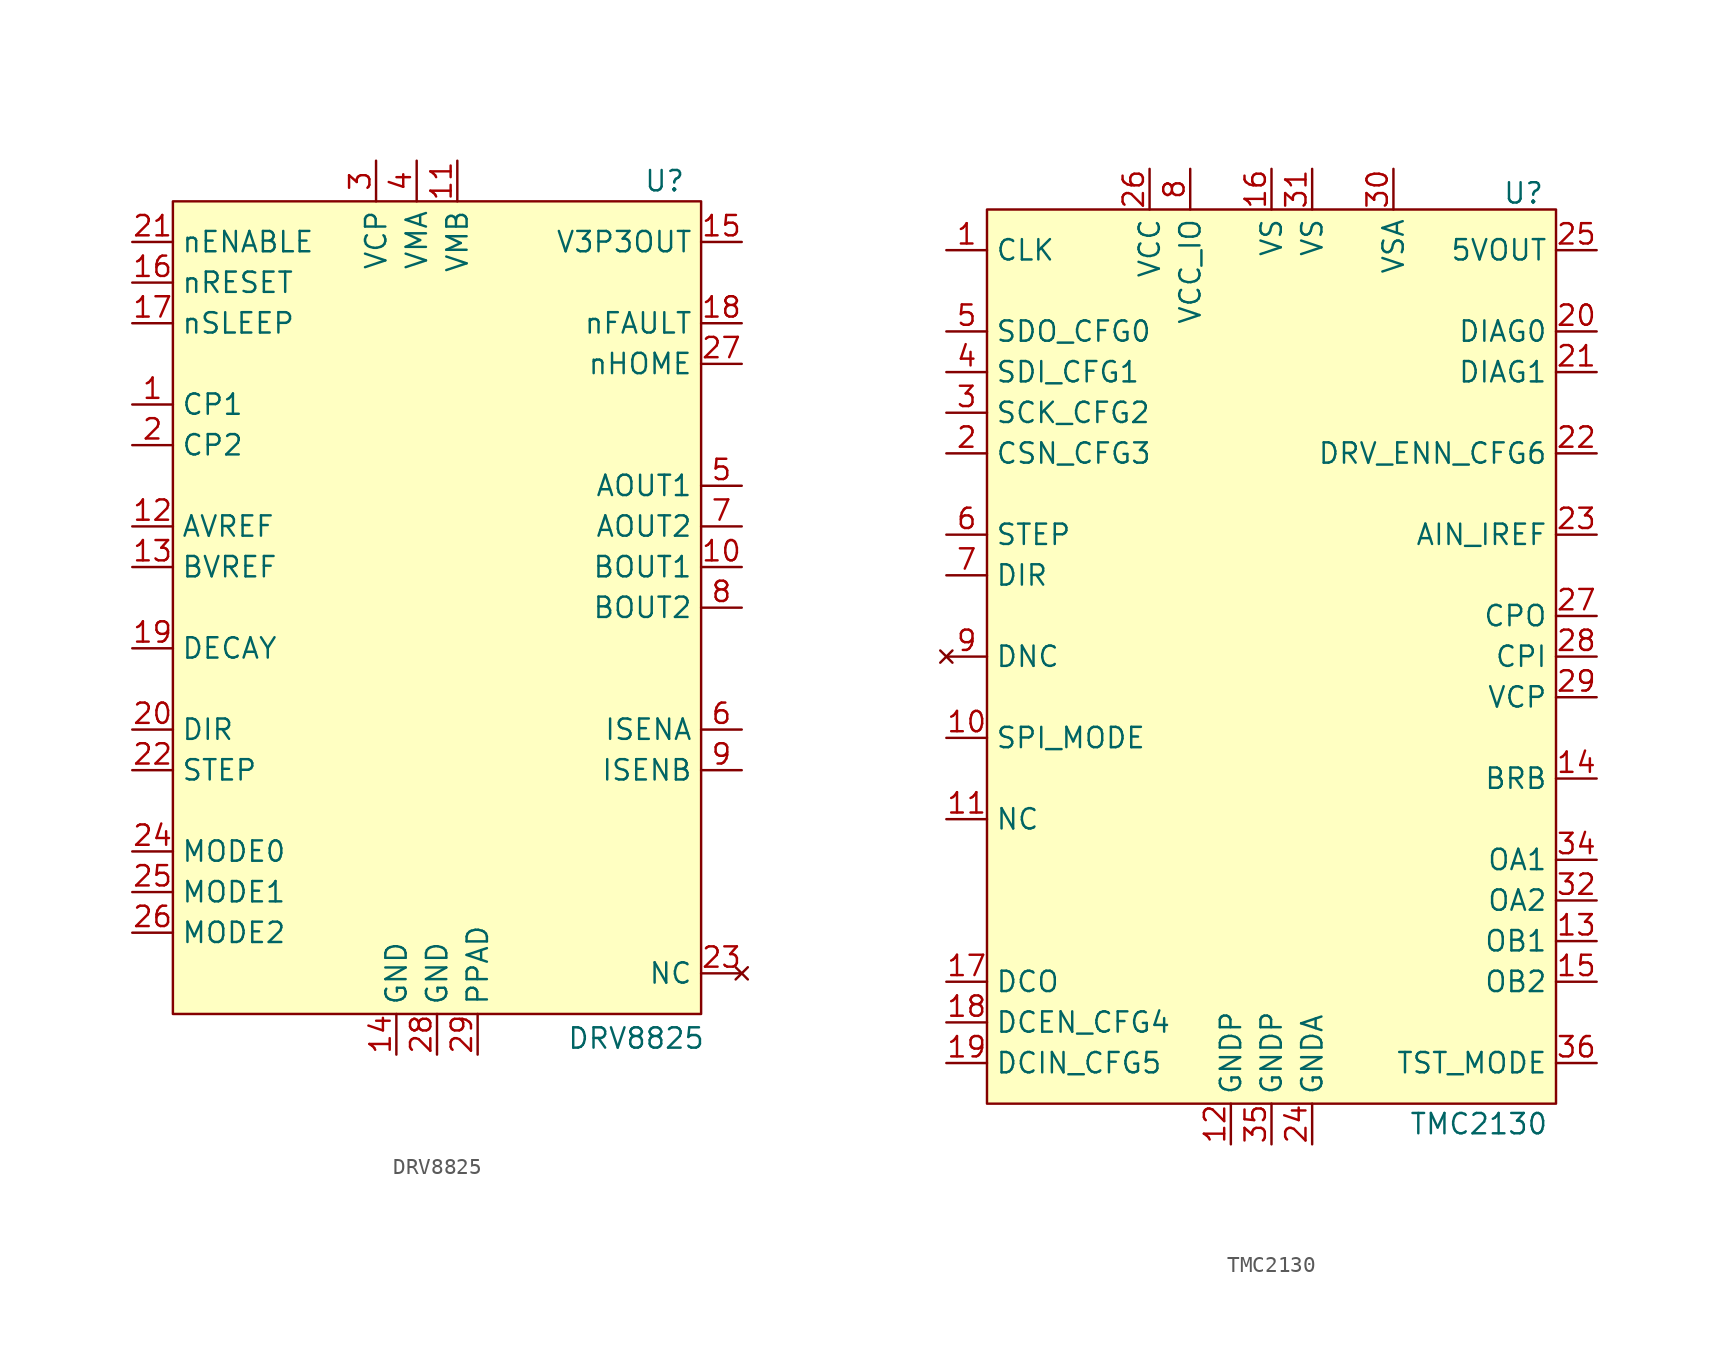
<source format=kicad_sym>
(kicad_symbol_lib
  (version 20231120)
  (generator "kicad_symbol_editor")
  (generator_version "8.0")
  (symbol "DRV8825"
    (property "Reference" "U"
      (at 14.224 26.67 0)
      (effects (font (size 1.27 1.27))))
    (property "Value" "DRV8825"
      (at 12.446 -26.924 0)
      (effects (font (size 1.27 1.27))))
    (symbol "DRV8825_1_1"
      (rectangle (start -16.51 25.4) (end 16.51 -25.4) (stroke (width 0) (type default)) (fill (type background)))
      (pin bidirectional line (at -19.05 12.7 0) (length 2.54) (name "CP1" (effects (font (size 1.27 1.27)))) (number "1" (effects (font (size 1.27 1.27)))))
      (pin output line (at 19.05 2.54 180) (length 2.54) (name "BOUT1" (effects (font (size 1.27 1.27)))) (number "10" (effects (font (size 1.27 1.27)))))
      (pin power_in line (at 1.27 27.94 270) (length 2.54) (name "VMB" (effects (font (size 1.27 1.27)))) (number "11" (effects (font (size 1.27 1.27)))))
      (pin input line (at -19.05 5.08 0) (length 2.54) (name "AVREF" (effects (font (size 1.27 1.27)))) (number "12" (effects (font (size 1.27 1.27)))))
      (pin input line (at -19.05 2.54 0) (length 2.54) (name "BVREF" (effects (font (size 1.27 1.27)))) (number "13" (effects (font (size 1.27 1.27)))))
      (pin power_in line (at -2.54 -27.94 90) (length 2.54) (name "GND" (effects (font (size 1.27 1.27)))) (number "14" (effects (font (size 1.27 1.27)))))
      (pin power_out line (at 19.05 22.86 180) (length 2.54) (name "V3P3OUT" (effects (font (size 1.27 1.27)))) (number "15" (effects (font (size 1.27 1.27)))))
      (pin input line (at -19.05 20.32 0) (length 2.54) (name "nRESET" (effects (font (size 1.27 1.27)))) (number "16" (effects (font (size 1.27 1.27)))))
      (pin input line (at -19.05 17.78 0) (length 2.54) (name "nSLEEP" (effects (font (size 1.27 1.27)))) (number "17" (effects (font (size 1.27 1.27)))))
      (pin output line (at 19.05 17.78 180) (length 2.54) (name "nFAULT" (effects (font (size 1.27 1.27)))) (number "18" (effects (font (size 1.27 1.27)))))
      (pin input line (at -19.05 -2.54 0) (length 2.54) (name "DECAY" (effects (font (size 1.27 1.27)))) (number "19" (effects (font (size 1.27 1.27)))))
      (pin bidirectional line (at -19.05 10.16 0) (length 2.54) (name "CP2" (effects (font (size 1.27 1.27)))) (number "2" (effects (font (size 1.27 1.27)))))
      (pin input line (at -19.05 -7.62 0) (length 2.54) (name "DIR" (effects (font (size 1.27 1.27)))) (number "20" (effects (font (size 1.27 1.27)))))
      (pin input line (at -19.05 22.86 0) (length 2.54) (name "nENABLE" (effects (font (size 1.27 1.27)))) (number "21" (effects (font (size 1.27 1.27)))))
      (pin input line (at -19.05 -10.16 0) (length 2.54) (name "STEP" (effects (font (size 1.27 1.27)))) (number "22" (effects (font (size 1.27 1.27)))))
      (pin no_connect line (at 19.05 -22.86 180) (length 2.54) (name "NC" (effects (font (size 1.27 1.27)))) (number "23" (effects (font (size 1.27 1.27)))))
      (pin input line (at -19.05 -15.24 0) (length 2.54) (name "MODE0" (effects (font (size 1.27 1.27)))) (number "24" (effects (font (size 1.27 1.27)))))
      (pin input line (at -19.05 -17.78 0) (length 2.54) (name "MODE1" (effects (font (size 1.27 1.27)))) (number "25" (effects (font (size 1.27 1.27)))))
      (pin input line (at -19.05 -20.32 0) (length 2.54) (name "MODE2" (effects (font (size 1.27 1.27)))) (number "26" (effects (font (size 1.27 1.27)))))
      (pin output line (at 19.05 15.24 180) (length 2.54) (name "nHOME" (effects (font (size 1.27 1.27)))) (number "27" (effects (font (size 1.27 1.27)))))
      (pin power_in line (at 0 -27.94 90) (length 2.54) (name "GND" (effects (font (size 1.27 1.27)))) (number "28" (effects (font (size 1.27 1.27)))))
      (pin power_in line (at 2.54 -27.94 90) (length 2.54) (name "PPAD" (effects (font (size 1.27 1.27)))) (number "29" (effects (font (size 1.27 1.27)))))
      (pin power_in line (at -3.81 27.94 270) (length 2.54) (name "VCP" (effects (font (size 1.27 1.27)))) (number "3" (effects (font (size 1.27 1.27)))))
      (pin power_in line (at -1.27 27.94 270) (length 2.54) (name "VMA" (effects (font (size 1.27 1.27)))) (number "4" (effects (font (size 1.27 1.27)))))
      (pin output line (at 19.05 7.62 180) (length 2.54) (name "AOUT1" (effects (font (size 1.27 1.27)))) (number "5" (effects (font (size 1.27 1.27)))))
      (pin bidirectional line (at 19.05 -7.62 180) (length 2.54) (name "ISENA" (effects (font (size 1.27 1.27)))) (number "6" (effects (font (size 1.27 1.27)))))
      (pin output line (at 19.05 5.08 180) (length 2.54) (name "AOUT2" (effects (font (size 1.27 1.27)))) (number "7" (effects (font (size 1.27 1.27)))))
      (pin output line (at 19.05 0 180) (length 2.54) (name "BOUT2" (effects (font (size 1.27 1.27)))) (number "8" (effects (font (size 1.27 1.27)))))
      (pin bidirectional line (at 19.05 -10.16 180) (length 2.54) (name "ISENB" (effects (font (size 1.27 1.27)))) (number "9" (effects (font (size 1.27 1.27)))))))
  (symbol "TMC2130"
    (property "Reference" "U"
      (at 15.748 27.686 0)
      (effects (font (size 1.27 1.27))))
    (property "Value" "TMC2130"
      (at 12.954 -30.48 0)
      (effects (font (size 1.27 1.27))))
    (symbol "TMC2130_1_1"
      (rectangle (start -17.78 26.67) (end 17.78 -29.21) (stroke (width 0) (type default)) (fill (type background)))
      (pin input line (at -20.32 24.13 0) (length 2.54) (name "CLK" (effects (font (size 1.27 1.27)))) (number "1" (effects (font (size 1.27 1.27)))))
      (pin bidirectional line (at -20.32 -6.35 0) (length 2.54) (name "SPI_MODE" (effects (font (size 1.27 1.27)))) (number "10" (effects (font (size 1.27 1.27)))))
      (pin bidirectional line (at -20.32 -11.43 0) (length 2.54) (name "NC" (effects (font (size 1.27 1.27)))) (number "11" (effects (font (size 1.27 1.27)))))
      (pin power_in line (at -2.54 -31.75 90) (length 2.54) (name "GNDP" (effects (font (size 1.27 1.27)))) (number "12" (effects (font (size 1.27 1.27)))))
      (pin output line (at 20.32 -19.05 180) (length 2.54) (name "OB1" (effects (font (size 1.27 1.27)))) (number "13" (effects (font (size 1.27 1.27)))))
      (pin bidirectional line (at 20.32 -8.89 180) (length 2.54) (name "BRB" (effects (font (size 1.27 1.27)))) (number "14" (effects (font (size 1.27 1.27)))))
      (pin output line (at 20.32 -21.59 180) (length 2.54) (name "OB2" (effects (font (size 1.27 1.27)))) (number "15" (effects (font (size 1.27 1.27)))))
      (pin power_in line (at 0 29.21 270) (length 2.54) (name "VS" (effects (font (size 1.27 1.27)))) (number "16" (effects (font (size 1.27 1.27)))))
      (pin bidirectional line (at -20.32 -21.59 0) (length 2.54) (name "DCO" (effects (font (size 1.27 1.27)))) (number "17" (effects (font (size 1.27 1.27)))))
      (pin bidirectional line (at -20.32 -24.13 0) (length 2.54) (name "DCEN_CFG4" (effects (font (size 1.27 1.27)))) (number "18" (effects (font (size 1.27 1.27)))))
      (pin bidirectional line (at -20.32 -26.67 0) (length 2.54) (name "DCIN_CFG5" (effects (font (size 1.27 1.27)))) (number "19" (effects (font (size 1.27 1.27)))))
      (pin input line (at -20.32 11.43 0) (length 2.54) (name "CSN_CFG3" (effects (font (size 1.27 1.27)))) (number "2" (effects (font (size 1.27 1.27)))))
      (pin bidirectional line (at 20.32 19.05 180) (length 2.54) (name "DIAG0" (effects (font (size 1.27 1.27)))) (number "20" (effects (font (size 1.27 1.27)))))
      (pin bidirectional line (at 20.32 16.51 180) (length 2.54) (name "DIAG1" (effects (font (size 1.27 1.27)))) (number "21" (effects (font (size 1.27 1.27)))))
      (pin bidirectional line (at 20.32 11.43 180) (length 2.54) (name "DRV_ENN_CFG6" (effects (font (size 1.27 1.27)))) (number "22" (effects (font (size 1.27 1.27)))))
      (pin bidirectional line (at 20.32 6.35 180) (length 2.54) (name "AIN_IREF" (effects (font (size 1.27 1.27)))) (number "23" (effects (font (size 1.27 1.27)))))
      (pin power_in line (at 2.54 -31.75 90) (length 2.54) (name "GNDA" (effects (font (size 1.27 1.27)))) (number "24" (effects (font (size 1.27 1.27)))))
      (pin power_out line (at 20.32 24.13 180) (length 2.54) (name "5VOUT" (effects (font (size 1.27 1.27)))) (number "25" (effects (font (size 1.27 1.27)))))
      (pin power_in line (at -7.62 29.21 270) (length 2.54) (name "VCC" (effects (font (size 1.27 1.27)))) (number "26" (effects (font (size 1.27 1.27)))))
      (pin bidirectional line (at 20.32 1.27 180) (length 2.54) (name "CPO" (effects (font (size 1.27 1.27)))) (number "27" (effects (font (size 1.27 1.27)))))
      (pin bidirectional line (at 20.32 -1.27 180) (length 2.54) (name "CPI" (effects (font (size 1.27 1.27)))) (number "28" (effects (font (size 1.27 1.27)))))
      (pin bidirectional line (at 20.32 -3.81 180) (length 2.54) (name "VCP" (effects (font (size 1.27 1.27)))) (number "29" (effects (font (size 1.27 1.27)))))
      (pin input line (at -20.32 13.97 0) (length 2.54) (name "SCK_CFG2" (effects (font (size 1.27 1.27)))) (number "3" (effects (font (size 1.27 1.27)))))
      (pin power_in line (at 7.62 29.21 270) (length 2.54) (name "VSA" (effects (font (size 1.27 1.27)))) (number "30" (effects (font (size 1.27 1.27)))))
      (pin power_in line (at 2.54 29.21 270) (length 2.54) (name "VS" (effects (font (size 1.27 1.27)))) (number "31" (effects (font (size 1.27 1.27)))))
      (pin output line (at 20.32 -16.51 180) (length 2.54) (name "OA2" (effects (font (size 1.27 1.27)))) (number "32" (effects (font (size 1.27 1.27)))))
      (pin output line (at 20.32 -13.97 180) (length 2.54) (name "OA1" (effects (font (size 1.27 1.27)))) (number "34" (effects (font (size 1.27 1.27)))))
      (pin power_in line (at 0 -31.75 90) (length 2.54) (name "GNDP" (effects (font (size 1.27 1.27)))) (number "35" (effects (font (size 1.27 1.27)))))
      (pin bidirectional line (at 20.32 -26.67 180) (length 2.54) (name "TST_MODE" (effects (font (size 1.27 1.27)))) (number "36" (effects (font (size 1.27 1.27)))))
      (pin input line (at -20.32 16.51 0) (length 2.54) (name "SDI_CFG1" (effects (font (size 1.27 1.27)))) (number "4" (effects (font (size 1.27 1.27)))))
      (pin input line (at -20.32 19.05 0) (length 2.54) (name "SDO_CFG0" (effects (font (size 1.27 1.27)))) (number "5" (effects (font (size 1.27 1.27)))))
      (pin bidirectional line (at -20.32 6.35 0) (length 2.54) (name "STEP" (effects (font (size 1.27 1.27)))) (number "6" (effects (font (size 1.27 1.27)))))
      (pin bidirectional line (at -20.32 3.81 0) (length 2.54) (name "DIR" (effects (font (size 1.27 1.27)))) (number "7" (effects (font (size 1.27 1.27)))))
      (pin power_in line (at -5.08 29.21 270) (length 2.54) (name "VCC_IO" (effects (font (size 1.27 1.27)))) (number "8" (effects (font (size 1.27 1.27)))))
      (pin no_connect line (at -20.32 -1.27 0) (length 2.54) (name "DNC" (effects (font (size 1.27 1.27)))) (number "9" (effects (font (size 1.27 1.27))))))))
</source>
